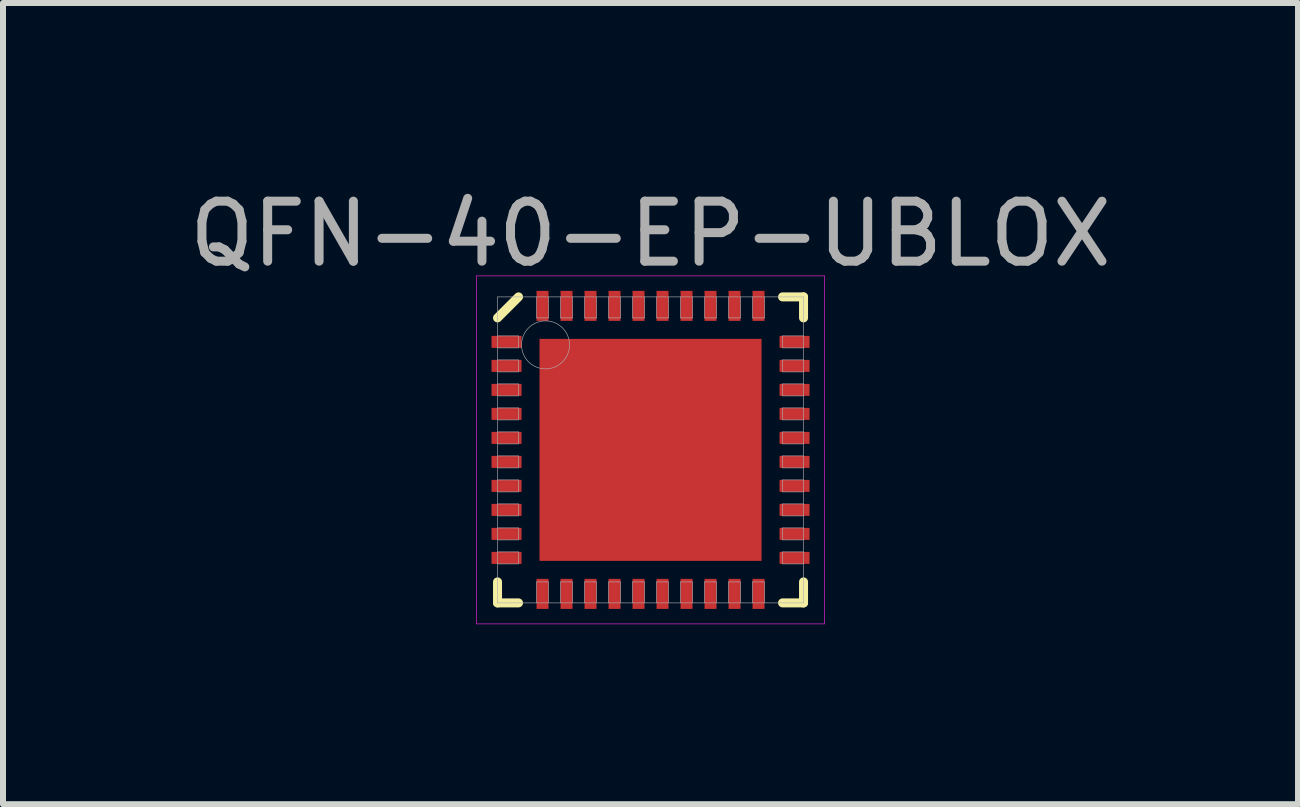
<source format=kicad_pcb>
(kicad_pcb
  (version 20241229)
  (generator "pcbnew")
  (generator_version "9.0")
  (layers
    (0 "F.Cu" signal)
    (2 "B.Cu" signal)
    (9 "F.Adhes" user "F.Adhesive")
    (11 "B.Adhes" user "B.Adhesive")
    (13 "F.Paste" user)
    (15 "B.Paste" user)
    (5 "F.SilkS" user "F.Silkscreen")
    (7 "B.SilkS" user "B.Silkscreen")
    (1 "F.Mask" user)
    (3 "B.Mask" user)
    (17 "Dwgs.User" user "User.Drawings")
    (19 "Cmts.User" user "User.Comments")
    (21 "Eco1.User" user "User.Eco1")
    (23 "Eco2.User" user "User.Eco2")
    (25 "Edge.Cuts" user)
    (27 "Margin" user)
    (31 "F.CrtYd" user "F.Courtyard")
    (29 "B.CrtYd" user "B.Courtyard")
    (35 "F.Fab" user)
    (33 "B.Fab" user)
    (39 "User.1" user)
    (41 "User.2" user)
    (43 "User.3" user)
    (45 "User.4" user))
  (footprint "QFN-40-EP-UBLOX"
    (layer "F.Cu")
    (at 7.792 4.448)
    (property "Reference" "QFN-40-EP-UBLOX" (at 0 -3.6 0) (layer "F.Fab") (effects (font (size 1 1) (thickness 0.15))))
    (attr through_hole)
    (fp_line (start -2.55 -2.2) (end -2.2 -2.55) (stroke (width 0.15) (type solid)) (layer "F.SilkS"))
    (fp_line (start -2.55 2.55) (end -2.55 2.2) (stroke (width 0.15) (type solid)) (layer "F.SilkS"))
    (fp_line (start -2.2 2.55) (end -2.55 2.55) (stroke (width 0.15) (type solid)) (layer "F.SilkS"))
    (fp_line (start 2.2 -2.55) (end 2.55 -2.55) (stroke (width 0.15) (type solid)) (layer "F.SilkS"))
    (fp_line (start 2.2 2.55) (end 2.55 2.55) (stroke (width 0.15) (type solid)) (layer "F.SilkS"))
    (fp_line (start 2.55 -2.55) (end 2.55 -2.2) (stroke (width 0.15) (type solid)) (layer "F.SilkS"))
    (fp_line (start 2.55 2.55) (end 2.55 2.2) (stroke (width 0.15) (type solid)) (layer "F.SilkS"))
    (fp_line (start -2.9 -2.9) (end 2.9 -2.9) (stroke (width 0.01) (type solid)) (layer "F.CrtYd"))
    (fp_line (start -2.9 2.9) (end -2.9 -2.9) (stroke (width 0.01) (type solid)) (layer "F.CrtYd"))
    (fp_line (start 2.9 -2.9) (end 2.9 2.9) (stroke (width 0.01) (type solid)) (layer "F.CrtYd"))
    (fp_line (start 2.9 2.9) (end -2.9 2.9) (stroke (width 0.01) (type solid)) (layer "F.CrtYd"))
    (fp_line (start -2.55 -2.55) (end 2.55 -2.55) (stroke (width 0.01) (type solid)) (layer "F.Fab"))
    (fp_line (start -2.55 -1.7) (end -2.2 -1.7) (stroke (width 0.01) (type solid)) (layer "F.Fab"))
    (fp_line (start -2.55 -1.3) (end -2.2 -1.3) (stroke (width 0.01) (type solid)) (layer "F.Fab"))
    (fp_line (start -2.55 -0.9) (end -2.2 -0.9) (stroke (width 0.01) (type solid)) (layer "F.Fab"))
    (fp_line (start -2.55 -0.5) (end -2.2 -0.5) (stroke (width 0.01) (type solid)) (layer "F.Fab"))
    (fp_line (start -2.55 -0.1) (end -2.2 -0.1) (stroke (width 0.01) (type solid)) (layer "F.Fab"))
    (fp_line (start -2.55 0.3) (end -2.2 0.3) (stroke (width 0.01) (type solid)) (layer "F.Fab"))
    (fp_line (start -2.55 0.7) (end -2.2 0.7) (stroke (width 0.01) (type solid)) (layer "F.Fab"))
    (fp_line (start -2.55 1.1) (end -2.2 1.1) (stroke (width 0.01) (type solid)) (layer "F.Fab"))
    (fp_line (start -2.55 1.5) (end -2.2 1.5) (stroke (width 0.01) (type solid)) (layer "F.Fab"))
    (fp_line (start -2.55 1.9) (end -2.2 1.9) (stroke (width 0.01) (type solid)) (layer "F.Fab"))
    (fp_line (start -2.55 2.55) (end -2.55 -2.55) (stroke (width 0.01) (type solid)) (layer "F.Fab"))
    (fp_line (start -2.2 -1.9) (end -2.55 -1.9) (stroke (width 0.01) (type solid)) (layer "F.Fab"))
    (fp_line (start -2.2 -1.7) (end -2.2 -1.9) (stroke (width 0.01) (type solid)) (layer "F.Fab"))
    (fp_line (start -2.2 -1.5) (end -2.55 -1.5) (stroke (width 0.01) (type solid)) (layer "F.Fab"))
    (fp_line (start -2.2 -1.3) (end -2.2 -1.5) (stroke (width 0.01) (type solid)) (layer "F.Fab"))
    (fp_line (start -2.2 -1.1) (end -2.55 -1.1) (stroke (width 0.01) (type solid)) (layer "F.Fab"))
    (fp_line (start -2.2 -0.9) (end -2.2 -1.1) (stroke (width 0.01) (type solid)) (layer "F.Fab"))
    (fp_line (start -2.2 -0.7) (end -2.55 -0.7) (stroke (width 0.01) (type solid)) (layer "F.Fab"))
    (fp_line (start -2.2 -0.5) (end -2.2 -0.7) (stroke (width 0.01) (type solid)) (layer "F.Fab"))
    (fp_line (start -2.2 -0.3) (end -2.55 -0.3) (stroke (width 0.01) (type solid)) (layer "F.Fab"))
    (fp_line (start -2.2 -0.1) (end -2.2 -0.3) (stroke (width 0.01) (type solid)) (layer "F.Fab"))
    (fp_line (start -2.2 0.1) (end -2.55 0.1) (stroke (width 0.01) (type solid)) (layer "F.Fab"))
    (fp_line (start -2.2 0.3) (end -2.2 0.1) (stroke (width 0.01) (type solid)) (layer "F.Fab"))
    (fp_line (start -2.2 0.5) (end -2.55 0.5) (stroke (width 0.01) (type solid)) (layer "F.Fab"))
    (fp_line (start -2.2 0.7) (end -2.2 0.5) (stroke (width 0.01) (type solid)) (layer "F.Fab"))
    (fp_line (start -2.2 0.9) (end -2.55 0.9) (stroke (width 0.01) (type solid)) (layer "F.Fab"))
    (fp_line (start -2.2 1.1) (end -2.2 0.9) (stroke (width 0.01) (type solid)) (layer "F.Fab"))
    (fp_line (start -2.2 1.3) (end -2.55 1.3) (stroke (width 0.01) (type solid)) (layer "F.Fab"))
    (fp_line (start -2.2 1.5) (end -2.2 1.3) (stroke (width 0.01) (type solid)) (layer "F.Fab"))
    (fp_line (start -2.2 1.7) (end -2.55 1.7) (stroke (width 0.01) (type solid)) (layer "F.Fab"))
    (fp_line (start -2.2 1.9) (end -2.2 1.7) (stroke (width 0.01) (type solid)) (layer "F.Fab"))
    (fp_line (start -1.9 -2.55) (end -1.9 -2.2) (stroke (width 0.01) (type solid)) (layer "F.Fab"))
    (fp_line (start -1.9 -2.2) (end -1.7 -2.2) (stroke (width 0.01) (type solid)) (layer "F.Fab"))
    (fp_line (start -1.9 2.2) (end -1.9 2.55) (stroke (width 0.01) (type solid)) (layer "F.Fab"))
    (fp_line (start -1.7 -2.2) (end -1.7 -2.55) (stroke (width 0.01) (type solid)) (layer "F.Fab"))
    (fp_line (start -1.7 2.2) (end -1.9 2.2) (stroke (width 0.01) (type solid)) (layer "F.Fab"))
    (fp_line (start -1.7 2.55) (end -1.7 2.2) (stroke (width 0.01) (type solid)) (layer "F.Fab"))
    (fp_line (start -1.5 -2.55) (end -1.5 -2.2) (stroke (width 0.01) (type solid)) (layer "F.Fab"))
    (fp_line (start -1.5 -2.2) (end -1.3 -2.2) (stroke (width 0.01) (type solid)) (layer "F.Fab"))
    (fp_line (start -1.5 2.2) (end -1.5 2.55) (stroke (width 0.01) (type solid)) (layer "F.Fab"))
    (fp_line (start -1.3 -2.2) (end -1.3 -2.55) (stroke (width 0.01) (type solid)) (layer "F.Fab"))
    (fp_line (start -1.3 2.2) (end -1.5 2.2) (stroke (width 0.01) (type solid)) (layer "F.Fab"))
    (fp_line (start -1.3 2.55) (end -1.3 2.2) (stroke (width 0.01) (type solid)) (layer "F.Fab"))
    (fp_line (start -1.1 -2.55) (end -1.1 -2.2) (stroke (width 0.01) (type solid)) (layer "F.Fab"))
    (fp_line (start -1.1 -2.2) (end -0.9 -2.2) (stroke (width 0.01) (type solid)) (layer "F.Fab"))
    (fp_line (start -1.1 2.2) (end -1.1 2.55) (stroke (width 0.01) (type solid)) (layer "F.Fab"))
    (fp_line (start -0.9 -2.2) (end -0.9 -2.55) (stroke (width 0.01) (type solid)) (layer "F.Fab"))
    (fp_line (start -0.9 2.2) (end -1.1 2.2) (stroke (width 0.01) (type solid)) (layer "F.Fab"))
    (fp_line (start -0.9 2.55) (end -0.9 2.2) (stroke (width 0.01) (type solid)) (layer "F.Fab"))
    (fp_line (start -0.7 -2.55) (end -0.7 -2.2) (stroke (width 0.01) (type solid)) (layer "F.Fab"))
    (fp_line (start -0.7 -2.2) (end -0.5 -2.2) (stroke (width 0.01) (type solid)) (layer "F.Fab"))
    (fp_line (start -0.7 2.2) (end -0.7 2.55) (stroke (width 0.01) (type solid)) (layer "F.Fab"))
    (fp_line (start -0.5 -2.2) (end -0.5 -2.55) (stroke (width 0.01) (type solid)) (layer "F.Fab"))
    (fp_line (start -0.5 2.2) (end -0.7 2.2) (stroke (width 0.01) (type solid)) (layer "F.Fab"))
    (fp_line (start -0.5 2.55) (end -0.5 2.2) (stroke (width 0.01) (type solid)) (layer "F.Fab"))
    (fp_line (start -0.3 -2.55) (end -0.3 -2.2) (stroke (width 0.01) (type solid)) (layer "F.Fab"))
    (fp_line (start -0.3 -2.2) (end -0.1 -2.2) (stroke (width 0.01) (type solid)) (layer "F.Fab"))
    (fp_line (start -0.3 2.2) (end -0.3 2.55) (stroke (width 0.01) (type solid)) (layer "F.Fab"))
    (fp_line (start -0.1 -2.2) (end -0.1 -2.55) (stroke (width 0.01) (type solid)) (layer "F.Fab"))
    (fp_line (start -0.1 2.2) (end -0.3 2.2) (stroke (width 0.01) (type solid)) (layer "F.Fab"))
    (fp_line (start -0.1 2.55) (end -0.1 2.2) (stroke (width 0.01) (type solid)) (layer "F.Fab"))
    (fp_line (start 0.1 -2.55) (end 0.1 -2.2) (stroke (width 0.01) (type solid)) (layer "F.Fab"))
    (fp_line (start 0.1 -2.2) (end 0.3 -2.2) (stroke (width 0.01) (type solid)) (layer "F.Fab"))
    (fp_line (start 0.1 2.2) (end 0.1 2.55) (stroke (width 0.01) (type solid)) (layer "F.Fab"))
    (fp_line (start 0.3 -2.2) (end 0.3 -2.55) (stroke (width 0.01) (type solid)) (layer "F.Fab"))
    (fp_line (start 0.3 2.2) (end 0.1 2.2) (stroke (width 0.01) (type solid)) (layer "F.Fab"))
    (fp_line (start 0.3 2.55) (end 0.3 2.2) (stroke (width 0.01) (type solid)) (layer "F.Fab"))
    (fp_line (start 0.5 -2.55) (end 0.5 -2.2) (stroke (width 0.01) (type solid)) (layer "F.Fab"))
    (fp_line (start 0.5 -2.2) (end 0.7 -2.2) (stroke (width 0.01) (type solid)) (layer "F.Fab"))
    (fp_line (start 0.5 2.2) (end 0.5 2.55) (stroke (width 0.01) (type solid)) (layer "F.Fab"))
    (fp_line (start 0.7 -2.2) (end 0.7 -2.55) (stroke (width 0.01) (type solid)) (layer "F.Fab"))
    (fp_line (start 0.7 2.2) (end 0.5 2.2) (stroke (width 0.01) (type solid)) (layer "F.Fab"))
    (fp_line (start 0.7 2.55) (end 0.7 2.2) (stroke (width 0.01) (type solid)) (layer "F.Fab"))
    (fp_line (start 0.9 -2.55) (end 0.9 -2.2) (stroke (width 0.01) (type solid)) (layer "F.Fab"))
    (fp_line (start 0.9 -2.2) (end 1.1 -2.2) (stroke (width 0.01) (type solid)) (layer "F.Fab"))
    (fp_line (start 0.9 2.2) (end 0.9 2.55) (stroke (width 0.01) (type solid)) (layer "F.Fab"))
    (fp_line (start 1.1 -2.2) (end 1.1 -2.55) (stroke (width 0.01) (type solid)) (layer "F.Fab"))
    (fp_line (start 1.1 2.2) (end 0.9 2.2) (stroke (width 0.01) (type solid)) (layer "F.Fab"))
    (fp_line (start 1.1 2.55) (end 1.1 2.2) (stroke (width 0.01) (type solid)) (layer "F.Fab"))
    (fp_line (start 1.3 -2.55) (end 1.3 -2.2) (stroke (width 0.01) (type solid)) (layer "F.Fab"))
    (fp_line (start 1.3 -2.2) (end 1.5 -2.2) (stroke (width 0.01) (type solid)) (layer "F.Fab"))
    (fp_line (start 1.3 2.2) (end 1.3 2.55) (stroke (width 0.01) (type solid)) (layer "F.Fab"))
    (fp_line (start 1.5 -2.2) (end 1.5 -2.55) (stroke (width 0.01) (type solid)) (layer "F.Fab"))
    (fp_line (start 1.5 2.2) (end 1.3 2.2) (stroke (width 0.01) (type solid)) (layer "F.Fab"))
    (fp_line (start 1.5 2.55) (end 1.5 2.2) (stroke (width 0.01) (type solid)) (layer "F.Fab"))
    (fp_line (start 1.7 -2.55) (end 1.7 -2.2) (stroke (width 0.01) (type solid)) (layer "F.Fab"))
    (fp_line (start 1.7 -2.2) (end 1.9 -2.2) (stroke (width 0.01) (type solid)) (layer "F.Fab"))
    (fp_line (start 1.7 2.2) (end 1.7 2.55) (stroke (width 0.01) (type solid)) (layer "F.Fab"))
    (fp_line (start 1.9 -2.2) (end 1.9 -2.55) (stroke (width 0.01) (type solid)) (layer "F.Fab"))
    (fp_line (start 1.9 2.2) (end 1.7 2.2) (stroke (width 0.01) (type solid)) (layer "F.Fab"))
    (fp_line (start 1.9 2.55) (end 1.9 2.2) (stroke (width 0.01) (type solid)) (layer "F.Fab"))
    (fp_line (start 2.2 -1.9) (end 2.2 -1.7) (stroke (width 0.01) (type solid)) (layer "F.Fab"))
    (fp_line (start 2.2 -1.7) (end 2.55 -1.7) (stroke (width 0.01) (type solid)) (layer "F.Fab"))
    (fp_line (start 2.2 -1.5) (end 2.2 -1.3) (stroke (width 0.01) (type solid)) (layer "F.Fab"))
    (fp_line (start 2.2 -1.3) (end 2.55 -1.3) (stroke (width 0.01) (type solid)) (layer "F.Fab"))
    (fp_line (start 2.2 -1.1) (end 2.2 -0.9) (stroke (width 0.01) (type solid)) (layer "F.Fab"))
    (fp_line (start 2.2 -0.9) (end 2.55 -0.9) (stroke (width 0.01) (type solid)) (layer "F.Fab"))
    (fp_line (start 2.2 -0.7) (end 2.2 -0.5) (stroke (width 0.01) (type solid)) (layer "F.Fab"))
    (fp_line (start 2.2 -0.5) (end 2.55 -0.5) (stroke (width 0.01) (type solid)) (layer "F.Fab"))
    (fp_line (start 2.2 -0.3) (end 2.2 -0.1) (stroke (width 0.01) (type solid)) (layer "F.Fab"))
    (fp_line (start 2.2 -0.1) (end 2.55 -0.1) (stroke (width 0.01) (type solid)) (layer "F.Fab"))
    (fp_line (start 2.2 0.1) (end 2.2 0.3) (stroke (width 0.01) (type solid)) (layer "F.Fab"))
    (fp_line (start 2.2 0.3) (end 2.55 0.3) (stroke (width 0.01) (type solid)) (layer "F.Fab"))
    (fp_line (start 2.2 0.5) (end 2.2 0.7) (stroke (width 0.01) (type solid)) (layer "F.Fab"))
    (fp_line (start 2.2 0.7) (end 2.55 0.7) (stroke (width 0.01) (type solid)) (layer "F.Fab"))
    (fp_line (start 2.2 0.9) (end 2.2 1.1) (stroke (width 0.01) (type solid)) (layer "F.Fab"))
    (fp_line (start 2.2 1.1) (end 2.55 1.1) (stroke (width 0.01) (type solid)) (layer "F.Fab"))
    (fp_line (start 2.2 1.3) (end 2.2 1.5) (stroke (width 0.01) (type solid)) (layer "F.Fab"))
    (fp_line (start 2.2 1.5) (end 2.55 1.5) (stroke (width 0.01) (type solid)) (layer "F.Fab"))
    (fp_line (start 2.2 1.7) (end 2.2 1.9) (stroke (width 0.01) (type solid)) (layer "F.Fab"))
    (fp_line (start 2.2 1.9) (end 2.55 1.9) (stroke (width 0.01) (type solid)) (layer "F.Fab"))
    (fp_line (start 2.55 -2.55) (end 2.55 2.55) (stroke (width 0.01) (type solid)) (layer "F.Fab"))
    (fp_line (start 2.55 -1.9) (end 2.2 -1.9) (stroke (width 0.01) (type solid)) (layer "F.Fab"))
    (fp_line (start 2.55 -1.5) (end 2.2 -1.5) (stroke (width 0.01) (type solid)) (layer "F.Fab"))
    (fp_line (start 2.55 -1.1) (end 2.2 -1.1) (stroke (width 0.01) (type solid)) (layer "F.Fab"))
    (fp_line (start 2.55 -0.7) (end 2.2 -0.7) (stroke (width 0.01) (type solid)) (layer "F.Fab"))
    (fp_line (start 2.55 -0.3) (end 2.2 -0.3) (stroke (width 0.01) (type solid)) (layer "F.Fab"))
    (fp_line (start 2.55 0.1) (end 2.2 0.1) (stroke (width 0.01) (type solid)) (layer "F.Fab"))
    (fp_line (start 2.55 0.5) (end 2.2 0.5) (stroke (width 0.01) (type solid)) (layer "F.Fab"))
    (fp_line (start 2.55 0.9) (end 2.2 0.9) (stroke (width 0.01) (type solid)) (layer "F.Fab"))
    (fp_line (start 2.55 1.3) (end 2.2 1.3) (stroke (width 0.01) (type solid)) (layer "F.Fab"))
    (fp_line (start 2.55 1.7) (end 2.2 1.7) (stroke (width 0.01) (type solid)) (layer "F.Fab"))
    (fp_line (start 2.55 2.55) (end -2.55 2.55) (stroke (width 0.01) (type solid)) (layer "F.Fab"))
    (fp_circle (center -1.75 -1.75) (end -1.75 -1.35) (stroke (width 0.01) (type solid)) (fill no) (layer "F.Fab"))
    (pad "" smd rect (at -1.575 -1.575) (size 0.55 0.55) (layers "F.Mask"))
    (pad "" smd rect (at -1.575 -1.575) (size 0.55 0.55) (layers "F.Paste"))
    (pad "" smd rect (at -1.575 -0.525) (size 0.55 0.55) (layers "F.Mask"))
    (pad "" smd rect (at -1.575 -0.525) (size 0.55 0.55) (layers "F.Paste"))
    (pad "" smd rect (at -1.575 0.525) (size 0.55 0.55) (layers "F.Mask"))
    (pad "" smd rect (at -1.575 0.525) (size 0.55 0.55) (layers "F.Paste"))
    (pad "" smd rect (at -1.575 1.575) (size 0.55 0.55) (layers "F.Mask"))
    (pad "" smd rect (at -1.575 1.575) (size 0.55 0.55) (layers "F.Paste"))
    (pad "" smd rect (at -0.525 -1.575) (size 0.55 0.55) (layers "F.Mask"))
    (pad "" smd rect (at -0.525 -1.575) (size 0.55 0.55) (layers "F.Paste"))
    (pad "" smd rect (at -0.525 -0.525) (size 0.55 0.55) (layers "F.Mask"))
    (pad "" smd rect (at -0.525 -0.525) (size 0.55 0.55) (layers "F.Paste"))
    (pad "" smd rect (at -0.525 0.525) (size 0.55 0.55) (layers "F.Mask"))
    (pad "" smd rect (at -0.525 0.525) (size 0.55 0.55) (layers "F.Paste"))
    (pad "" smd rect (at -0.525 1.575) (size 0.55 0.55) (layers "F.Mask"))
    (pad "" smd rect (at -0.525 1.575) (size 0.55 0.55) (layers "F.Paste"))
    (pad "" smd rect (at 0.525 -1.575) (size 0.55 0.55) (layers "F.Mask"))
    (pad "" smd rect (at 0.525 -1.575) (size 0.55 0.55) (layers "F.Paste"))
    (pad "" smd rect (at 0.525 -0.525) (size 0.55 0.55) (layers "F.Mask"))
    (pad "" smd rect (at 0.525 -0.525) (size 0.55 0.55) (layers "F.Paste"))
    (pad "" smd rect (at 0.525 0.525) (size 0.55 0.55) (layers "F.Mask"))
    (pad "" smd rect (at 0.525 0.525) (size 0.55 0.55) (layers "F.Paste"))
    (pad "" smd rect (at 0.525 1.575) (size 0.55 0.55) (layers "F.Mask"))
    (pad "" smd rect (at 0.525 1.575) (size 0.55 0.55) (layers "F.Paste"))
    (pad "" smd rect (at 1.575 -1.575) (size 0.55 0.55) (layers "F.Mask"))
    (pad "" smd rect (at 1.575 -1.575) (size 0.55 0.55) (layers "F.Paste"))
    (pad "" smd rect (at 1.575 -0.525) (size 0.55 0.55) (layers "F.Mask"))
    (pad "" smd rect (at 1.575 -0.525) (size 0.55 0.55) (layers "F.Paste"))
    (pad "" smd rect (at 1.575 0.525) (size 0.55 0.55) (layers "F.Mask"))
    (pad "" smd rect (at 1.575 0.525) (size 0.55 0.55) (layers "F.Paste"))
    (pad "" smd rect (at 1.575 1.575) (size 0.55 0.55) (layers "F.Mask"))
    (pad "" smd rect (at 1.575 1.575) (size 0.55 0.55) (layers "F.Paste"))
    (pad "1" smd rect (at -2.4 -1.8) (size 0.5 0.2) (layers "F.Cu" "F.Mask" "F.Paste"))
    (pad "2" smd rect (at -2.4 -1.4) (size 0.5 0.2) (layers "F.Cu" "F.Mask" "F.Paste"))
    (pad "3" smd rect (at -2.4 -1) (size 0.5 0.2) (layers "F.Cu" "F.Mask" "F.Paste"))
    (pad "4" smd rect (at -2.4 -0.6) (size 0.5 0.2) (layers "F.Cu" "F.Mask" "F.Paste"))
    (pad "5" smd rect (at -2.4 -0.2) (size 0.5 0.2) (layers "F.Cu" "F.Mask" "F.Paste"))
    (pad "6" smd rect (at -2.4 0.2) (size 0.5 0.2) (layers "F.Cu" "F.Mask" "F.Paste"))
    (pad "7" smd rect (at -2.4 0.6) (size 0.5 0.2) (layers "F.Cu" "F.Mask" "F.Paste"))
    (pad "8" smd rect (at -2.4 1) (size 0.5 0.2) (layers "F.Cu" "F.Mask" "F.Paste"))
    (pad "9" smd rect (at -2.4 1.4) (size 0.5 0.2) (layers "F.Cu" "F.Mask" "F.Paste"))
    (pad "10" smd rect (at -2.4 1.8) (size 0.5 0.2) (layers "F.Cu" "F.Mask" "F.Paste"))
    (pad "11" smd rect (at -1.8 2.4) (size 0.2 0.5) (layers "F.Cu" "F.Mask" "F.Paste"))
    (pad "12" smd rect (at -1.4 2.4) (size 0.2 0.5) (layers "F.Cu" "F.Mask" "F.Paste"))
    (pad "13" smd rect (at -1 2.4) (size 0.2 0.5) (layers "F.Cu" "F.Mask" "F.Paste"))
    (pad "14" smd rect (at -0.6 2.4) (size 0.2 0.5) (layers "F.Cu" "F.Mask" "F.Paste"))
    (pad "15" smd rect (at -0.2 2.4) (size 0.2 0.5) (layers "F.Cu" "F.Mask" "F.Paste"))
    (pad "16" smd rect (at 0.2 2.4) (size 0.2 0.5) (layers "F.Cu" "F.Mask" "F.Paste"))
    (pad "17" smd rect (at 0.6 2.4) (size 0.2 0.5) (layers "F.Cu" "F.Mask" "F.Paste"))
    (pad "18" smd rect (at 1 2.4) (size 0.2 0.5) (layers "F.Cu" "F.Mask" "F.Paste"))
    (pad "19" smd rect (at 1.4 2.4) (size 0.2 0.5) (layers "F.Cu" "F.Mask" "F.Paste"))
    (pad "20" smd rect (at 1.8 2.4) (size 0.2 0.5) (layers "F.Cu" "F.Mask" "F.Paste"))
    (pad "21" smd rect (at 2.4 1.8) (size 0.5 0.2) (layers "F.Cu" "F.Mask" "F.Paste"))
    (pad "22" smd rect (at 2.4 1.4) (size 0.5 0.2) (layers "F.Cu" "F.Mask" "F.Paste"))
    (pad "23" smd rect (at 2.4 1) (size 0.5 0.2) (layers "F.Cu" "F.Mask" "F.Paste"))
    (pad "24" smd rect (at 2.4 0.6) (size 0.5 0.2) (layers "F.Cu" "F.Mask" "F.Paste"))
    (pad "25" smd rect (at 2.4 0.2) (size 0.5 0.2) (layers "F.Cu" "F.Mask" "F.Paste"))
    (pad "26" smd rect (at 2.4 -0.2) (size 0.5 0.2) (layers "F.Cu" "F.Mask" "F.Paste"))
    (pad "27" smd rect (at 2.4 -0.6) (size 0.5 0.2) (layers "F.Cu" "F.Mask" "F.Paste"))
    (pad "28" smd rect (at 2.4 -1) (size 0.5 0.2) (layers "F.Cu" "F.Mask" "F.Paste"))
    (pad "29" smd rect (at 2.4 -1.4) (size 0.5 0.2) (layers "F.Cu" "F.Mask" "F.Paste"))
    (pad "30" smd rect (at 2.4 -1.8) (size 0.5 0.2) (layers "F.Cu" "F.Mask" "F.Paste"))
    (pad "31" smd rect (at 1.8 -2.4) (size 0.2 0.5) (layers "F.Cu" "F.Mask" "F.Paste"))
    (pad "32" smd rect (at 1.4 -2.4) (size 0.2 0.5) (layers "F.Cu" "F.Mask" "F.Paste"))
    (pad "33" smd rect (at 1 -2.4) (size 0.2 0.5) (layers "F.Cu" "F.Mask" "F.Paste"))
    (pad "34" smd rect (at 0.6 -2.4) (size 0.2 0.5) (layers "F.Cu" "F.Mask" "F.Paste"))
    (pad "35" smd rect (at 0.2 -2.4) (size 0.2 0.5) (layers "F.Cu" "F.Mask" "F.Paste"))
    (pad "36" smd rect (at -0.2 -2.4) (size 0.2 0.5) (layers "F.Cu" "F.Mask" "F.Paste"))
    (pad "37" smd rect (at -0.6 -2.4) (size 0.2 0.5) (layers "F.Cu" "F.Mask" "F.Paste"))
    (pad "38" smd rect (at -1 -2.4) (size 0.2 0.5) (layers "F.Cu" "F.Mask" "F.Paste"))
    (pad "39" smd rect (at -1.4 -2.4) (size 0.2 0.5) (layers "F.Cu" "F.Mask" "F.Paste"))
    (pad "40" smd rect (at -1.8 -2.4) (size 0.2 0.5) (layers "F.Cu" "F.Mask" "F.Paste"))
    (pad "EP" smd rect (at 0 0) (size 3.7 3.7) (layers "F.Cu")))
  (gr_rect
    (start -3 -3)
    (end 18.583 10.353)
    (stroke (width 0.1) (type default))
    (fill no)
    (layer "Edge.Cuts")))
</source>
